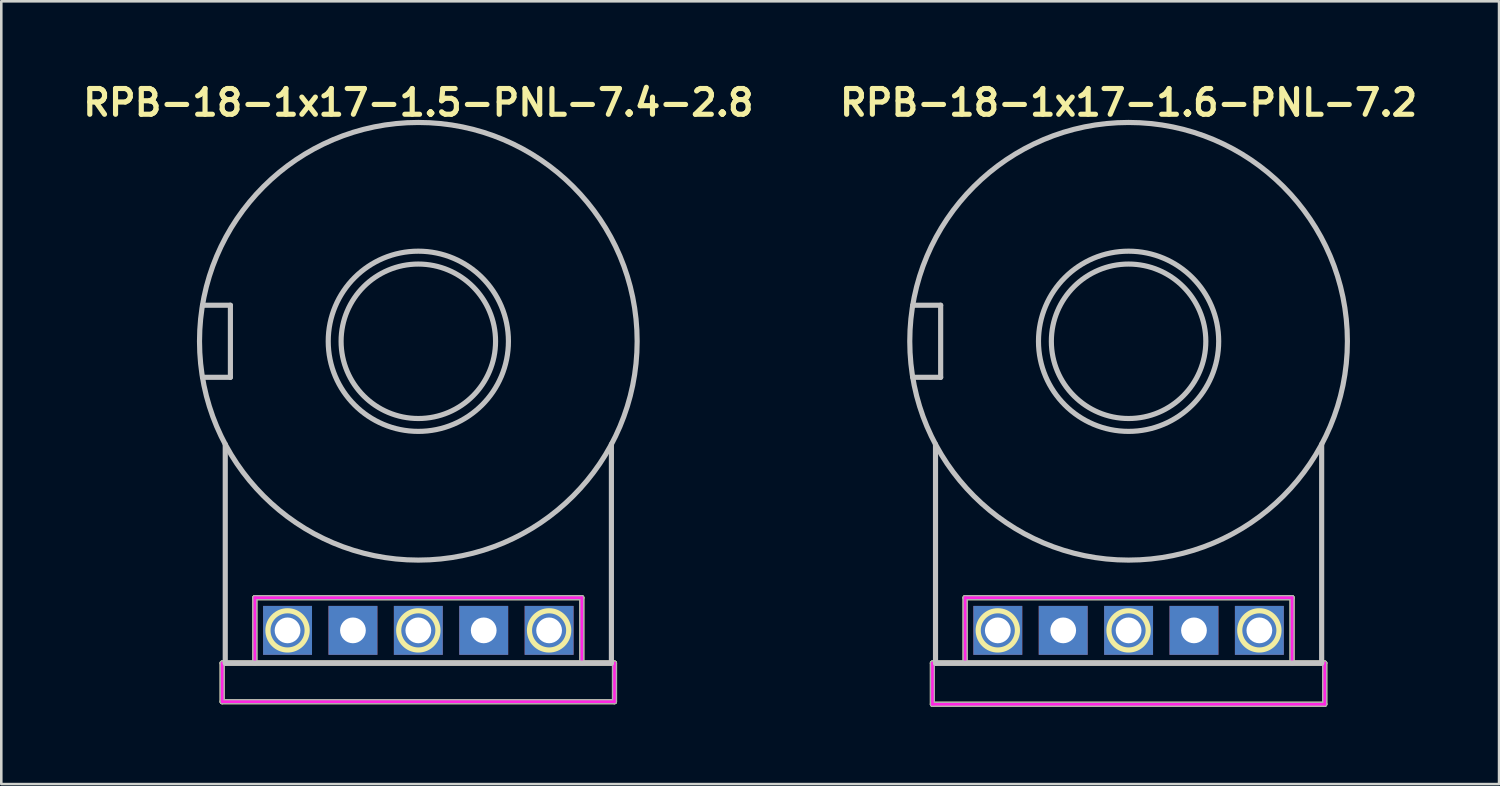
<source format=kicad_pcb>
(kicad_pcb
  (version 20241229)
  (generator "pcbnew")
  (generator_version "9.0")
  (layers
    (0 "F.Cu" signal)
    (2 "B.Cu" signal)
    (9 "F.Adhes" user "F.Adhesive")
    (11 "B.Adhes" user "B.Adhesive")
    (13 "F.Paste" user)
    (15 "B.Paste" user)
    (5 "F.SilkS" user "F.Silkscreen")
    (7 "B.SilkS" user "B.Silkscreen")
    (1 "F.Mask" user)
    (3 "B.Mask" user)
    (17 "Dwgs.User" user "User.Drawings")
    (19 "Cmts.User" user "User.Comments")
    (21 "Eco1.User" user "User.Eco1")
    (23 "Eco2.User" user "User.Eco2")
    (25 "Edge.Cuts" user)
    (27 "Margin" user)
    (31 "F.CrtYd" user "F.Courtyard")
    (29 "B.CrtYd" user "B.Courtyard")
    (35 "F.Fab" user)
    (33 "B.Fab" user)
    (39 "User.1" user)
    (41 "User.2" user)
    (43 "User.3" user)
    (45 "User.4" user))
  (footprint "RPB-18-1x17-1.6-PNL-7.2"
    (layer "F.Cu")
    (at 40.79 10.207)
    (property "Reference" "RPB-18-1x17-1.6-PNL-7.2" (at 0 -9.271 0) (layer "F.SilkS") (effects (font (size 1 1) (thickness 0.2))))
    (attr through_hole)
    (fp_line (start -7.62 12.5) (end -7.62 14.1) (stroke (width 0.2) (type solid)) (layer "F.SilkS"))
    (fp_line (start -7.62 12.5) (end 7.62 12.5) (stroke (width 0.2) (type solid)) (layer "F.SilkS"))
    (fp_line (start -7.62 14.1) (end 7.62 14.1) (stroke (width 0.2) (type solid)) (layer "F.SilkS"))
    (fp_line (start -6.35 9.96) (end -6.35 12.5) (stroke (width 0.2) (type solid)) (layer "F.SilkS"))
    (fp_line (start -6.35 9.96) (end 6.35 9.96) (stroke (width 0.2) (type solid)) (layer "F.SilkS"))
    (fp_line (start 6.35 9.96) (end 6.35 12.5) (stroke (width 0.2) (type solid)) (layer "F.SilkS"))
    (fp_line (start 7.62 12.5) (end 7.62 14.1) (stroke (width 0.2) (type solid)) (layer "F.SilkS"))
    (fp_circle (center -5.08 11.23) (end -4.318 11.23) (stroke (width 0.2) (type solid)) (fill no) (layer "F.SilkS"))
    (fp_circle (center 0 11.23) (end 0.762 11.23) (stroke (width 0.2) (type solid)) (fill no) (layer "F.SilkS"))
    (fp_circle (center 5.08 11.23) (end 5.842 11.23) (stroke (width 0.2) (type solid)) (fill no) (layer "F.SilkS"))
    (fp_line (start -8.384 -1.4) (end -7.3 -1.4) (stroke (width 0.2) (type solid)) (layer "Dwgs.User"))
    (fp_line (start -8.384 1.4) (end -7.3 1.4) (stroke (width 0.2) (type solid)) (layer "Dwgs.User"))
    (fp_line (start -7.5 4) (end -7.5 12.5) (stroke (width 0.2) (type solid)) (layer "Dwgs.User"))
    (fp_line (start -7.5 12.5) (end 7.5 12.5) (stroke (width 0.2) (type solid)) (layer "Dwgs.User"))
    (fp_line (start -7.3 -1.4) (end -7.3 1.4) (stroke (width 0.2) (type solid)) (layer "Dwgs.User"))
    (fp_line (start 7.5 4) (end 7.5 12.5) (stroke (width 0.2) (type solid)) (layer "Dwgs.User"))
    (fp_circle (center 0 0) (end 3 0) (stroke (width 0.2) (type solid)) (fill no) (layer "Dwgs.User"))
    (fp_circle (center 0 0) (end 3.5 0) (stroke (width 0.2) (type solid)) (fill no) (layer "Dwgs.User"))
    (fp_circle (center 0 0) (end 8.5 0) (stroke (width 0.2) (type solid)) (fill no) (layer "Dwgs.User"))
    (fp_circle (center 0 0) (end 3.6 0) (stroke (width 0.4) (type solid)) (fill no) (layer "Eco1.User"))
    (fp_line (start -7.62 12.5) (end -7.62 14.1) (stroke (width 0.1) (type solid)) (layer "F.CrtYd"))
    (fp_line (start -7.62 12.5) (end -6.35 12.5) (stroke (width 0.1) (type solid)) (layer "F.CrtYd"))
    (fp_line (start -7.62 14.1) (end 7.62 14.1) (stroke (width 0.1) (type solid)) (layer "F.CrtYd"))
    (fp_line (start -6.35 9.96) (end -6.35 12.5) (stroke (width 0.1) (type solid)) (layer "F.CrtYd"))
    (fp_line (start -6.35 9.96) (end 6.35 9.96) (stroke (width 0.1) (type solid)) (layer "F.CrtYd"))
    (fp_line (start 6.35 9.96) (end 6.35 12.5) (stroke (width 0.1) (type solid)) (layer "F.CrtYd"))
    (fp_line (start 6.35 12.5) (end 7.62 12.5) (stroke (width 0.1) (type solid)) (layer "F.CrtYd"))
    (fp_line (start 7.62 12.5) (end 7.62 14.1) (stroke (width 0.1) (type solid)) (layer "F.CrtYd"))
    (fp_line (start -7.62 12.5) (end -7.62 14.1) (stroke (width 0.2) (type solid)) (layer "F.Fab"))
    (fp_line (start -7.62 12.5) (end 7.62 12.5) (stroke (width 0.2) (type solid)) (layer "F.Fab"))
    (fp_line (start -7.62 14.1) (end 7.62 14.1) (stroke (width 0.2) (type solid)) (layer "F.Fab"))
    (fp_line (start -6.35 9.96) (end -6.35 12.5) (stroke (width 0.2) (type solid)) (layer "F.Fab"))
    (fp_line (start -6.35 9.96) (end 6.35 9.96) (stroke (width 0.2) (type solid)) (layer "F.Fab"))
    (fp_line (start 6.35 9.96) (end 6.35 12.5) (stroke (width 0.2) (type solid)) (layer "F.Fab"))
    (fp_line (start 7.62 12.5) (end 7.62 14.1) (stroke (width 0.2) (type solid)) (layer "F.Fab"))
    (pad "1" thru_hole rect (at -5.08 11.23) (size 1.9 1.9) (drill 1) (layers "B.Cu" "B.Mask"))
    (pad "2" thru_hole rect (at 0 11.23) (size 1.9 1.9) (drill 1) (layers "B.Cu" "B.Mask"))
    (pad "3" thru_hole rect (at 5.08 11.23) (size 1.9 1.9) (drill 1) (layers "B.Cu" "B.Mask"))
    (pad "NC1" thru_hole rect (at -2.54 11.23) (size 1.9 1.9) (drill 1) (layers "B.Cu" "B.Mask"))
    (pad "NC2" thru_hole rect (at 2.54 11.23) (size 1.9 1.9) (drill 1) (layers "B.Cu" "B.Mask")))
  (footprint "RPB-18-1x17-1.5-PNL-7.4-2.8"
    (layer "F.Cu")
    (at 13.2 10.207)
    (property "Reference" "RPB-18-1x17-1.5-PNL-7.4-2.8" (at 0 -9.271 0) (layer "F.SilkS") (effects (font (size 1 1) (thickness 0.2))))
    (attr through_hole)
    (fp_line (start -7.62 12.5) (end -7.62 14) (stroke (width 0.2) (type solid)) (layer "F.SilkS"))
    (fp_line (start -7.62 12.5) (end 7.62 12.5) (stroke (width 0.2) (type solid)) (layer "F.SilkS"))
    (fp_line (start -7.62 14) (end 7.62 14) (stroke (width 0.2) (type solid)) (layer "F.SilkS"))
    (fp_line (start -6.35 9.96) (end -6.35 12.5) (stroke (width 0.2) (type solid)) (layer "F.SilkS"))
    (fp_line (start -6.35 9.96) (end 6.35 9.96) (stroke (width 0.2) (type solid)) (layer "F.SilkS"))
    (fp_line (start 6.35 9.96) (end 6.35 12.5) (stroke (width 0.2) (type solid)) (layer "F.SilkS"))
    (fp_line (start 7.62 12.5) (end 7.62 14) (stroke (width 0.2) (type solid)) (layer "F.SilkS"))
    (fp_circle (center -5.08 11.23) (end -4.318 11.23) (stroke (width 0.2) (type solid)) (fill no) (layer "F.SilkS"))
    (fp_circle (center 0 11.23) (end 0.762 11.23) (stroke (width 0.2) (type solid)) (fill no) (layer "F.SilkS"))
    (fp_circle (center 5.08 11.23) (end 5.842 11.23) (stroke (width 0.2) (type solid)) (fill no) (layer "F.SilkS"))
    (fp_line (start -8.384 -1.4) (end -7.3 -1.4) (stroke (width 0.2) (type solid)) (layer "Dwgs.User"))
    (fp_line (start -8.384 1.4) (end -7.3 1.4) (stroke (width 0.2) (type solid)) (layer "Dwgs.User"))
    (fp_line (start -7.5 4) (end -7.5 12.5) (stroke (width 0.2) (type solid)) (layer "Dwgs.User"))
    (fp_line (start -7.5 12.5) (end 7.5 12.5) (stroke (width 0.2) (type solid)) (layer "Dwgs.User"))
    (fp_line (start -7.3 -1.4) (end -7.3 1.4) (stroke (width 0.2) (type solid)) (layer "Dwgs.User"))
    (fp_line (start 7.5 4) (end 7.5 12.5) (stroke (width 0.2) (type solid)) (layer "Dwgs.User"))
    (fp_circle (center 0 0) (end 3 0) (stroke (width 0.2) (type solid)) (fill no) (layer "Dwgs.User"))
    (fp_circle (center 0 0) (end 3.5 0) (stroke (width 0.2) (type solid)) (fill no) (layer "Dwgs.User"))
    (fp_circle (center 0 0) (end 8.5 0) (stroke (width 0.2) (type solid)) (fill no) (layer "Dwgs.User"))
    (fp_circle (center -7.9 0) (end -6.5 0) (stroke (width 0.4) (type solid)) (fill no) (layer "Eco1.User"))
    (fp_circle (center 0 0) (end 3.7 0) (stroke (width 0.4) (type solid)) (fill no) (layer "Eco1.User"))
    (fp_line (start -7.62 12.5) (end -7.62 14) (stroke (width 0.1) (type solid)) (layer "F.CrtYd"))
    (fp_line (start -7.62 12.5) (end -6.35 12.5) (stroke (width 0.1) (type solid)) (layer "F.CrtYd"))
    (fp_line (start -7.62 14) (end 7.62 14) (stroke (width 0.1) (type solid)) (layer "F.CrtYd"))
    (fp_line (start -6.35 9.96) (end -6.35 12.5) (stroke (width 0.1) (type solid)) (layer "F.CrtYd"))
    (fp_line (start -6.35 9.96) (end 6.35 9.96) (stroke (width 0.1) (type solid)) (layer "F.CrtYd"))
    (fp_line (start 6.35 9.96) (end 6.35 12.5) (stroke (width 0.1) (type solid)) (layer "F.CrtYd"))
    (fp_line (start 6.35 12.5) (end 7.62 12.5) (stroke (width 0.1) (type solid)) (layer "F.CrtYd"))
    (fp_line (start 7.62 12.5) (end 7.62 14) (stroke (width 0.1) (type solid)) (layer "F.CrtYd"))
    (fp_line (start -7.62 12.5) (end -7.62 14) (stroke (width 0.2) (type solid)) (layer "F.Fab"))
    (fp_line (start -7.62 12.5) (end 7.62 12.5) (stroke (width 0.2) (type solid)) (layer "F.Fab"))
    (fp_line (start -7.62 14) (end 7.62 14) (stroke (width 0.2) (type solid)) (layer "F.Fab"))
    (fp_line (start -6.35 9.96) (end -6.35 12.5) (stroke (width 0.2) (type solid)) (layer "F.Fab"))
    (fp_line (start -6.35 9.96) (end 6.35 9.96) (stroke (width 0.2) (type solid)) (layer "F.Fab"))
    (fp_line (start 6.35 9.96) (end 6.35 12.5) (stroke (width 0.2) (type solid)) (layer "F.Fab"))
    (fp_line (start 7.62 12.5) (end 7.62 14) (stroke (width 0.2) (type solid)) (layer "F.Fab"))
    (pad "1" thru_hole rect (at -5.08 11.23) (size 1.9 1.9) (drill 1) (layers "B.Cu" "B.Mask"))
    (pad "2" thru_hole rect (at 0 11.23) (size 1.9 1.9) (drill 1) (layers "B.Cu" "B.Mask"))
    (pad "3" thru_hole rect (at 5.08 11.23) (size 1.9 1.9) (drill 1) (layers "B.Cu" "B.Mask"))
    (pad "NC1" thru_hole rect (at -2.54 11.23) (size 1.9 1.9) (drill 1) (layers "B.Cu" "B.Mask"))
    (pad "NC2" thru_hole rect (at 2.54 11.23) (size 1.9 1.9) (drill 1) (layers "B.Cu" "B.Mask")))
  (gr_rect
    (start -3 -3)
    (end 55.181 27.407)
    (stroke (width 0.1) (type default))
    (fill no)
    (layer "Edge.Cuts")))
</source>
